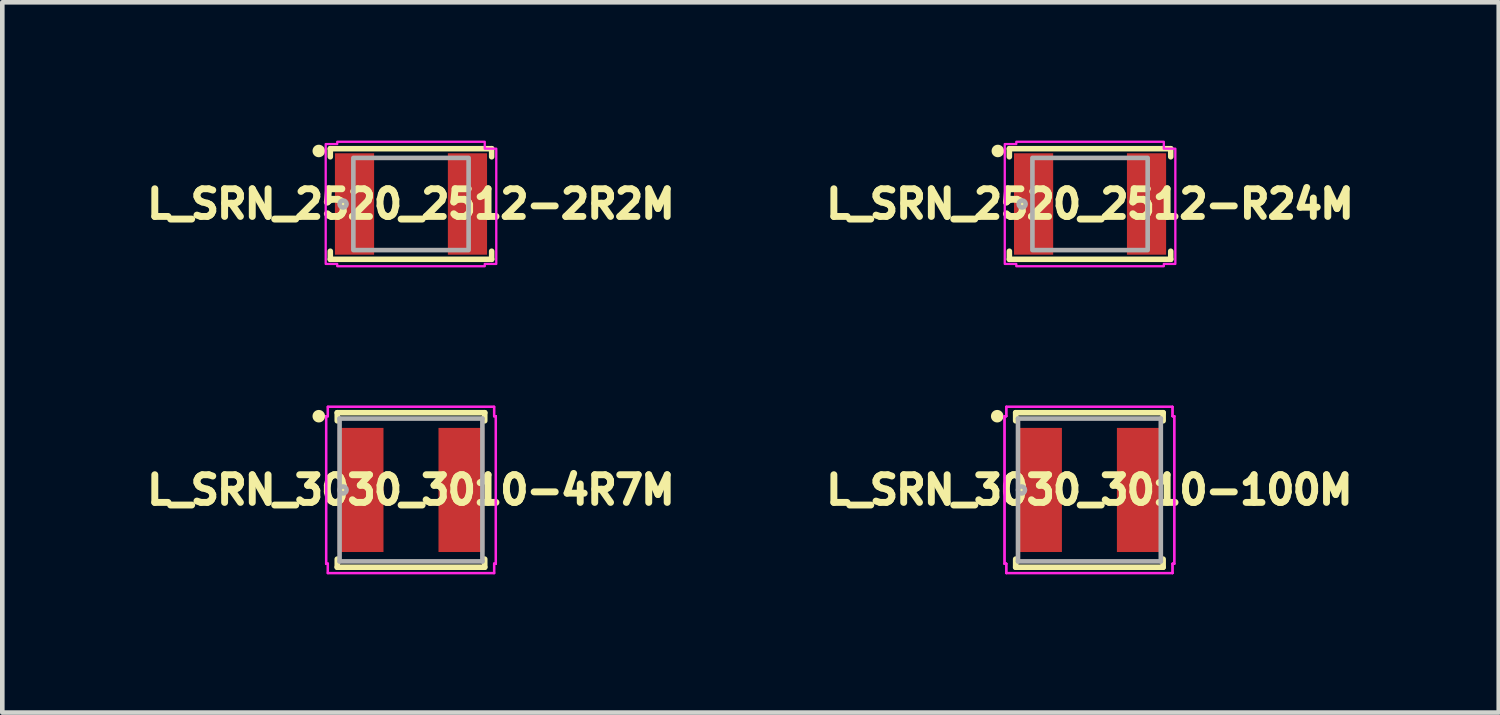
<source format=kicad_pcb>
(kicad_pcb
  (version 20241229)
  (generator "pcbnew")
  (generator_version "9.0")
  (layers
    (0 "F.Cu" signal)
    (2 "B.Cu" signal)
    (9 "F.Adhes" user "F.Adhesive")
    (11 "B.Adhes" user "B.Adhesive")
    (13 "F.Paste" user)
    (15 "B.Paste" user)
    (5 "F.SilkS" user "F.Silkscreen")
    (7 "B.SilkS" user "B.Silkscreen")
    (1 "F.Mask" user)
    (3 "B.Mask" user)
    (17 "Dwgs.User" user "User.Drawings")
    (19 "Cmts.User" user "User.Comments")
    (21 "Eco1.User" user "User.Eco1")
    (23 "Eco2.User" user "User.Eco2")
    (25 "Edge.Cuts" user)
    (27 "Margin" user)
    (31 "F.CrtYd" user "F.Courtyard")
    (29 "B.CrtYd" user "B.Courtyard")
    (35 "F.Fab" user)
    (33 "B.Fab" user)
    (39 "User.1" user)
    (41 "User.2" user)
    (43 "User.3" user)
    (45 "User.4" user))
  (footprint "L_SRN_3030_3010-100M"
    (layer "F.Cu")
    (at 20.581 7.578)
    (property "Reference" "L_SRN_3030_3010-100M" (at 0 0 0) (layer "F.SilkS") (effects (font (size 0.6 0.6) (thickness 0.15))))
    (attr smd)
    (fp_line (start -1.6 -1.5) (end -1.6 -1.676) (stroke (width 0.12) (type solid)) (layer "F.SilkS"))
    (fp_line (start -1.6 1.5) (end -1.6 1.676) (stroke (width 0.12) (type solid)) (layer "F.SilkS"))
    (fp_line (start -1.6 1.676) (end 1.6 1.676) (stroke (width 0.12) (type solid)) (layer "F.SilkS"))
    (fp_line (start 1.6 -1.676) (end -1.6 -1.676) (stroke (width 0.12) (type solid)) (layer "F.SilkS"))
    (fp_line (start 1.6 -1.5) (end 1.6 -1.676) (stroke (width 0.12) (type solid)) (layer "F.SilkS"))
    (fp_line (start 1.6 1.5) (end 1.6 1.676) (stroke (width 0.12) (type solid)) (layer "F.SilkS"))
    (fp_circle (center -2 -1.6) (end -1.924 -1.6) (stroke (width 0.12) (type solid)) (fill yes) (layer "F.SilkS"))
    (fp_line (start -1.841 -1.6) (end -1.803 -1.6) (stroke (width 0.05) (type solid)) (layer "F.CrtYd"))
    (fp_line (start -1.841 -1.6) (end -1.803 -1.6) (stroke (width 0.05) (type solid)) (layer "F.CrtYd"))
    (fp_line (start -1.841 1.6) (end -1.841 -1.6) (stroke (width 0.05) (type solid)) (layer "F.CrtYd"))
    (fp_line (start -1.841 1.6) (end -1.841 -1.6) (stroke (width 0.05) (type solid)) (layer "F.CrtYd"))
    (fp_line (start -1.803 -1.803) (end 1.803 -1.803) (stroke (width 0.05) (type solid)) (layer "F.CrtYd"))
    (fp_line (start -1.803 -1.803) (end 1.803 -1.803) (stroke (width 0.05) (type solid)) (layer "F.CrtYd"))
    (fp_line (start -1.803 -1.6) (end -1.803 -1.803) (stroke (width 0.05) (type solid)) (layer "F.CrtYd"))
    (fp_line (start -1.803 -1.6) (end -1.803 -1.803) (stroke (width 0.05) (type solid)) (layer "F.CrtYd"))
    (fp_line (start -1.803 1.6) (end -1.841 1.6) (stroke (width 0.05) (type solid)) (layer "F.CrtYd"))
    (fp_line (start -1.803 1.6) (end -1.841 1.6) (stroke (width 0.05) (type solid)) (layer "F.CrtYd"))
    (fp_line (start -1.803 1.803) (end -1.803 1.6) (stroke (width 0.05) (type solid)) (layer "F.CrtYd"))
    (fp_line (start -1.803 1.803) (end -1.803 1.6) (stroke (width 0.05) (type solid)) (layer "F.CrtYd"))
    (fp_line (start 1.803 -1.803) (end 1.803 -1.6) (stroke (width 0.05) (type solid)) (layer "F.CrtYd"))
    (fp_line (start 1.803 -1.803) (end 1.803 -1.6) (stroke (width 0.05) (type solid)) (layer "F.CrtYd"))
    (fp_line (start 1.803 -1.6) (end 1.841 -1.6) (stroke (width 0.05) (type solid)) (layer "F.CrtYd"))
    (fp_line (start 1.803 -1.6) (end 1.841 -1.6) (stroke (width 0.05) (type solid)) (layer "F.CrtYd"))
    (fp_line (start 1.803 1.6) (end 1.803 1.803) (stroke (width 0.05) (type solid)) (layer "F.CrtYd"))
    (fp_line (start 1.803 1.6) (end 1.803 1.803) (stroke (width 0.05) (type solid)) (layer "F.CrtYd"))
    (fp_line (start 1.803 1.803) (end -1.803 1.803) (stroke (width 0.05) (type solid)) (layer "F.CrtYd"))
    (fp_line (start 1.803 1.803) (end -1.803 1.803) (stroke (width 0.05) (type solid)) (layer "F.CrtYd"))
    (fp_line (start 1.841 -1.6) (end 1.841 1.6) (stroke (width 0.05) (type solid)) (layer "F.CrtYd"))
    (fp_line (start 1.841 -1.6) (end 1.841 1.6) (stroke (width 0.05) (type solid)) (layer "F.CrtYd"))
    (fp_line (start 1.841 1.6) (end 1.803 1.6) (stroke (width 0.05) (type solid)) (layer "F.CrtYd"))
    (fp_line (start 1.841 1.6) (end 1.803 1.6) (stroke (width 0.05) (type solid)) (layer "F.CrtYd"))
    (fp_line (start -1.549 -1.549) (end -1.549 1.549) (stroke (width 0.1) (type solid)) (layer "F.Fab"))
    (fp_line (start -1.549 1.549) (end 1.549 1.549) (stroke (width 0.1) (type solid)) (layer "F.Fab"))
    (fp_line (start 1.549 -1.549) (end -1.549 -1.549) (stroke (width 0.1) (type solid)) (layer "F.Fab"))
    (fp_line (start 1.549 1.549) (end 1.549 -1.549) (stroke (width 0.1) (type solid)) (layer "F.Fab"))
    (fp_circle (center -1.473 0) (end -1.397 0) (stroke (width 0.1) (type solid)) (fill no) (layer "F.Fab"))
    (pad "1" smd rect (at -1.092 0) (size 0.991 2.692) (layers "F.Cu" "F.Mask" "F.Paste"))
    (pad "2" smd rect (at 1.092 0) (size 0.991 2.692) (layers "F.Cu" "F.Mask" "F.Paste")))
  (footprint "L_SRN_2520_2512-R24M"
    (layer "F.Cu")
    (at 20.595 1.375)
    (property "Reference" "L_SRN_2520_2512-R24M" (at 0 0 0) (layer "F.SilkS") (effects (font (size 0.6 0.6) (thickness 0.15))))
    (attr smd)
    (fp_line (start -1.75 -1.024) (end -1.75 -1.2) (stroke (width 0.12) (type solid)) (layer "F.SilkS"))
    (fp_line (start -1.75 1.024) (end -1.75 1.2) (stroke (width 0.12) (type solid)) (layer "F.SilkS"))
    (fp_line (start -1.75 1.2) (end 1.75 1.2) (stroke (width 0.12) (type solid)) (layer "F.SilkS"))
    (fp_line (start 1.75 -1.2) (end -1.75 -1.2) (stroke (width 0.12) (type solid)) (layer "F.SilkS"))
    (fp_line (start 1.75 -1.024) (end 1.75 -1.2) (stroke (width 0.12) (type solid)) (layer "F.SilkS"))
    (fp_line (start 1.75 1.024) (end 1.75 1.2) (stroke (width 0.12) (type solid)) (layer "F.SilkS"))
    (fp_circle (center -2 -1.15) (end -1.924 -1.15) (stroke (width 0.12) (type solid)) (fill yes) (layer "F.SilkS"))
    (fp_poly (pts (xy -1.6 1.3) (xy -1.6 1.35) (xy 1.6 1.35) (xy 1.6 1.3) (xy 1.85 1.3) (xy 1.85 -1.2) (xy 1.6 -1.2) (xy 1.6 -1.35) (xy -1.6 -1.35) (xy -1.6 -1.3) (xy -1.85 -1.3) (xy -1.85 1.3)) (stroke (width 0.05) (type solid)) (fill no) (layer "F.CrtYd"))
    (fp_rect (start -1.25 1) (end 1.25 -1) (stroke (width 0.1) (type solid)) (fill no) (layer "F.Fab"))
    (fp_circle (center -1.473 0) (end -1.397 0) (stroke (width 0.1) (type solid)) (fill no) (layer "F.Fab"))
    (pad "1" smd rect (at -1.225 0) (size 0.85 2.2) (layers "F.Cu" "F.Mask" "F.Paste"))
    (pad "2" smd rect (at 1.225 0) (size 0.85 2.2) (layers "F.Cu" "F.Mask" "F.Paste")))
  (footprint "L_SRN_2520_2512-2R2M"
    (layer "F.Cu")
    (at 5.865 1.375)
    (property "Reference" "L_SRN_2520_2512-2R2M" (at 0 0 0) (layer "F.SilkS") (effects (font (size 0.6 0.6) (thickness 0.15))))
    (attr smd)
    (fp_line (start -1.75 -1.024) (end -1.75 -1.2) (stroke (width 0.12) (type solid)) (layer "F.SilkS"))
    (fp_line (start -1.75 1.024) (end -1.75 1.2) (stroke (width 0.12) (type solid)) (layer "F.SilkS"))
    (fp_line (start -1.75 1.2) (end 1.75 1.2) (stroke (width 0.12) (type solid)) (layer "F.SilkS"))
    (fp_line (start 1.75 -1.2) (end -1.75 -1.2) (stroke (width 0.12) (type solid)) (layer "F.SilkS"))
    (fp_line (start 1.75 -1.024) (end 1.75 -1.2) (stroke (width 0.12) (type solid)) (layer "F.SilkS"))
    (fp_line (start 1.75 1.024) (end 1.75 1.2) (stroke (width 0.12) (type solid)) (layer "F.SilkS"))
    (fp_circle (center -2 -1.15) (end -1.924 -1.15) (stroke (width 0.12) (type solid)) (fill yes) (layer "F.SilkS"))
    (fp_poly (pts (xy -1.6 1.3) (xy -1.6 1.35) (xy 1.6 1.35) (xy 1.6 1.3) (xy 1.85 1.3) (xy 1.85 -1.2) (xy 1.6 -1.2) (xy 1.6 -1.35) (xy -1.6 -1.35) (xy -1.6 -1.3) (xy -1.85 -1.3) (xy -1.85 1.3)) (stroke (width 0.05) (type solid)) (fill no) (layer "F.CrtYd"))
    (fp_rect (start -1.25 1) (end 1.25 -1) (stroke (width 0.1) (type solid)) (fill no) (layer "F.Fab"))
    (fp_circle (center -1.473 0) (end -1.397 0) (stroke (width 0.1) (type solid)) (fill no) (layer "F.Fab"))
    (pad "1" smd rect (at -1.225 0) (size 0.85 2.2) (layers "F.Cu" "F.Mask" "F.Paste"))
    (pad "2" smd rect (at 1.225 0) (size 0.85 2.2) (layers "F.Cu" "F.Mask" "F.Paste")))
  (footprint "L_SRN_3030_3010-4R7M"
    (layer "F.Cu")
    (at 5.865 7.578)
    (property "Reference" "L_SRN_3030_3010-4R7M" (at 0 0 0) (layer "F.SilkS") (effects (font (size 0.6 0.6) (thickness 0.15))))
    (attr smd)
    (fp_line (start -1.6 -1.5) (end -1.6 -1.676) (stroke (width 0.12) (type solid)) (layer "F.SilkS"))
    (fp_line (start -1.6 1.5) (end -1.6 1.676) (stroke (width 0.12) (type solid)) (layer "F.SilkS"))
    (fp_line (start -1.6 1.676) (end 1.6 1.676) (stroke (width 0.12) (type solid)) (layer "F.SilkS"))
    (fp_line (start 1.6 -1.676) (end -1.6 -1.676) (stroke (width 0.12) (type solid)) (layer "F.SilkS"))
    (fp_line (start 1.6 -1.5) (end 1.6 -1.676) (stroke (width 0.12) (type solid)) (layer "F.SilkS"))
    (fp_line (start 1.6 1.5) (end 1.6 1.676) (stroke (width 0.12) (type solid)) (layer "F.SilkS"))
    (fp_circle (center -2 -1.6) (end -1.924 -1.6) (stroke (width 0.12) (type solid)) (fill yes) (layer "F.SilkS"))
    (fp_line (start -1.841 -1.6) (end -1.803 -1.6) (stroke (width 0.05) (type solid)) (layer "F.CrtYd"))
    (fp_line (start -1.841 -1.6) (end -1.803 -1.6) (stroke (width 0.05) (type solid)) (layer "F.CrtYd"))
    (fp_line (start -1.841 1.6) (end -1.841 -1.6) (stroke (width 0.05) (type solid)) (layer "F.CrtYd"))
    (fp_line (start -1.841 1.6) (end -1.841 -1.6) (stroke (width 0.05) (type solid)) (layer "F.CrtYd"))
    (fp_line (start -1.803 -1.803) (end 1.803 -1.803) (stroke (width 0.05) (type solid)) (layer "F.CrtYd"))
    (fp_line (start -1.803 -1.803) (end 1.803 -1.803) (stroke (width 0.05) (type solid)) (layer "F.CrtYd"))
    (fp_line (start -1.803 -1.6) (end -1.803 -1.803) (stroke (width 0.05) (type solid)) (layer "F.CrtYd"))
    (fp_line (start -1.803 -1.6) (end -1.803 -1.803) (stroke (width 0.05) (type solid)) (layer "F.CrtYd"))
    (fp_line (start -1.803 1.6) (end -1.841 1.6) (stroke (width 0.05) (type solid)) (layer "F.CrtYd"))
    (fp_line (start -1.803 1.6) (end -1.841 1.6) (stroke (width 0.05) (type solid)) (layer "F.CrtYd"))
    (fp_line (start -1.803 1.803) (end -1.803 1.6) (stroke (width 0.05) (type solid)) (layer "F.CrtYd"))
    (fp_line (start -1.803 1.803) (end -1.803 1.6) (stroke (width 0.05) (type solid)) (layer "F.CrtYd"))
    (fp_line (start 1.803 -1.803) (end 1.803 -1.6) (stroke (width 0.05) (type solid)) (layer "F.CrtYd"))
    (fp_line (start 1.803 -1.803) (end 1.803 -1.6) (stroke (width 0.05) (type solid)) (layer "F.CrtYd"))
    (fp_line (start 1.803 -1.6) (end 1.841 -1.6) (stroke (width 0.05) (type solid)) (layer "F.CrtYd"))
    (fp_line (start 1.803 -1.6) (end 1.841 -1.6) (stroke (width 0.05) (type solid)) (layer "F.CrtYd"))
    (fp_line (start 1.803 1.6) (end 1.803 1.803) (stroke (width 0.05) (type solid)) (layer "F.CrtYd"))
    (fp_line (start 1.803 1.6) (end 1.803 1.803) (stroke (width 0.05) (type solid)) (layer "F.CrtYd"))
    (fp_line (start 1.803 1.803) (end -1.803 1.803) (stroke (width 0.05) (type solid)) (layer "F.CrtYd"))
    (fp_line (start 1.803 1.803) (end -1.803 1.803) (stroke (width 0.05) (type solid)) (layer "F.CrtYd"))
    (fp_line (start 1.841 -1.6) (end 1.841 1.6) (stroke (width 0.05) (type solid)) (layer "F.CrtYd"))
    (fp_line (start 1.841 -1.6) (end 1.841 1.6) (stroke (width 0.05) (type solid)) (layer "F.CrtYd"))
    (fp_line (start 1.841 1.6) (end 1.803 1.6) (stroke (width 0.05) (type solid)) (layer "F.CrtYd"))
    (fp_line (start 1.841 1.6) (end 1.803 1.6) (stroke (width 0.05) (type solid)) (layer "F.CrtYd"))
    (fp_line (start -1.549 -1.549) (end -1.549 1.549) (stroke (width 0.1) (type solid)) (layer "F.Fab"))
    (fp_line (start -1.549 1.549) (end 1.549 1.549) (stroke (width 0.1) (type solid)) (layer "F.Fab"))
    (fp_line (start 1.549 -1.549) (end -1.549 -1.549) (stroke (width 0.1) (type solid)) (layer "F.Fab"))
    (fp_line (start 1.549 1.549) (end 1.549 -1.549) (stroke (width 0.1) (type solid)) (layer "F.Fab"))
    (fp_circle (center -1.473 0) (end -1.397 0) (stroke (width 0.1) (type solid)) (fill no) (layer "F.Fab"))
    (pad "1" smd rect (at -1.092 0) (size 0.991 2.692) (layers "F.Cu" "F.Mask" "F.Paste"))
    (pad "2" smd rect (at 1.092 0) (size 0.991 2.692) (layers "F.Cu" "F.Mask" "F.Paste")))
  (gr_rect
    (start -3 -3)
    (end 29.46 12.407)
    (stroke (width 0.1) (type default))
    (fill no)
    (layer "Edge.Cuts")))
</source>
